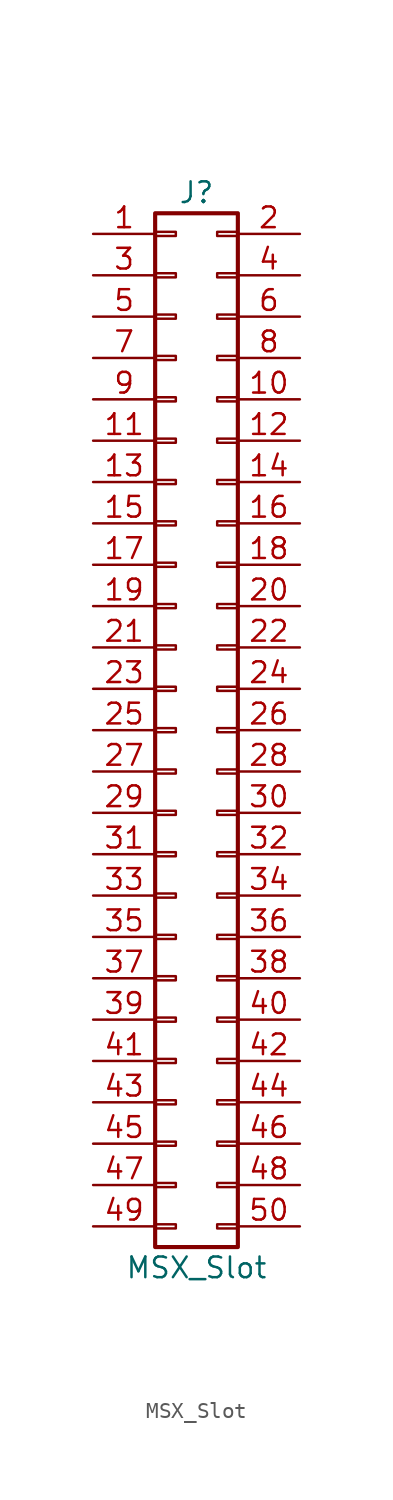
<source format=kicad_sym>
(kicad_symbol_lib
  (version 20211014)
  (generator kicad_symbol_editor)
  (symbol "MSX_Slot"
    (pin_names
      (offset 1.016) hide)
    (property "Reference" "J"
      (at 1.27 33.02 0)
      (effects (font (size 1.27 1.27))))
    (property "Value" "MSX_Slot"
      (at 1.27 -33.02 0)
      (effects (font (size 1.27 1.27))))
    (symbol "MSX_Slot_1_1"
      (rectangle (start -1.27 -30.353) (end 0 -30.607) (stroke (width 0.152) (type default) (color 0 0 0 0)) (fill (type none)))
      (rectangle (start -1.27 -27.813) (end 0 -28.067) (stroke (width 0.152) (type default) (color 0 0 0 0)) (fill (type none)))
      (rectangle (start -1.27 -25.273) (end 0 -25.527) (stroke (width 0.152) (type default) (color 0 0 0 0)) (fill (type none)))
      (rectangle (start -1.27 -22.733) (end 0 -22.987) (stroke (width 0.152) (type default) (color 0 0 0 0)) (fill (type none)))
      (rectangle (start -1.27 -20.193) (end 0 -20.447) (stroke (width 0.152) (type default) (color 0 0 0 0)) (fill (type none)))
      (rectangle (start -1.27 -17.653) (end 0 -17.907) (stroke (width 0.152) (type default) (color 0 0 0 0)) (fill (type none)))
      (rectangle (start -1.27 -15.113) (end 0 -15.367) (stroke (width 0.152) (type default) (color 0 0 0 0)) (fill (type none)))
      (rectangle (start -1.27 -12.573) (end 0 -12.827) (stroke (width 0.152) (type default) (color 0 0 0 0)) (fill (type none)))
      (rectangle (start -1.27 -10.033) (end 0 -10.287) (stroke (width 0.152) (type default) (color 0 0 0 0)) (fill (type none)))
      (rectangle (start -1.27 -7.493) (end 0 -7.747) (stroke (width 0.152) (type default) (color 0 0 0 0)) (fill (type none)))
      (rectangle (start -1.27 -4.953) (end 0 -5.207) (stroke (width 0.152) (type default) (color 0 0 0 0)) (fill (type none)))
      (rectangle (start -1.27 -2.413) (end 0 -2.667) (stroke (width 0.152) (type default) (color 0 0 0 0)) (fill (type none)))
      (rectangle (start -1.27 0.127) (end 0 -0.127) (stroke (width 0.152) (type default) (color 0 0 0 0)) (fill (type none)))
      (rectangle (start -1.27 2.667) (end 0 2.413) (stroke (width 0.152) (type default) (color 0 0 0 0)) (fill (type none)))
      (rectangle (start -1.27 5.207) (end 0 4.953) (stroke (width 0.152) (type default) (color 0 0 0 0)) (fill (type none)))
      (rectangle (start -1.27 7.747) (end 0 7.493) (stroke (width 0.152) (type default) (color 0 0 0 0)) (fill (type none)))
      (rectangle (start -1.27 10.287) (end 0 10.033) (stroke (width 0.152) (type default) (color 0 0 0 0)) (fill (type none)))
      (rectangle (start -1.27 12.827) (end 0 12.573) (stroke (width 0.152) (type default) (color 0 0 0 0)) (fill (type none)))
      (rectangle (start -1.27 15.367) (end 0 15.113) (stroke (width 0.152) (type default) (color 0 0 0 0)) (fill (type none)))
      (rectangle (start -1.27 17.907) (end 0 17.653) (stroke (width 0.152) (type default) (color 0 0 0 0)) (fill (type none)))
      (rectangle (start -1.27 20.447) (end 0 20.193) (stroke (width 0.152) (type default) (color 0 0 0 0)) (fill (type none)))
      (rectangle (start -1.27 22.987) (end 0 22.733) (stroke (width 0.152) (type default) (color 0 0 0 0)) (fill (type none)))
      (rectangle (start -1.27 25.527) (end 0 25.273) (stroke (width 0.152) (type default) (color 0 0 0 0)) (fill (type none)))
      (rectangle (start -1.27 28.067) (end 0 27.813) (stroke (width 0.152) (type default) (color 0 0 0 0)) (fill (type none)))
      (rectangle (start -1.27 30.607) (end 0 30.353) (stroke (width 0.152) (type default) (color 0 0 0 0)) (fill (type none)))
      (rectangle (start -1.27 31.75) (end 3.81 -31.75) (stroke (width 0.254) (type default) (color 0 0 0 0)) (fill (type none)))
      (rectangle (start 3.81 -30.353) (end 2.54 -30.607) (stroke (width 0.152) (type default) (color 0 0 0 0)) (fill (type none)))
      (rectangle (start 3.81 -27.813) (end 2.54 -28.067) (stroke (width 0.152) (type default) (color 0 0 0 0)) (fill (type none)))
      (rectangle (start 3.81 -25.273) (end 2.54 -25.527) (stroke (width 0.152) (type default) (color 0 0 0 0)) (fill (type none)))
      (rectangle (start 3.81 -22.733) (end 2.54 -22.987) (stroke (width 0.152) (type default) (color 0 0 0 0)) (fill (type none)))
      (rectangle (start 3.81 -20.193) (end 2.54 -20.447) (stroke (width 0.152) (type default) (color 0 0 0 0)) (fill (type none)))
      (rectangle (start 3.81 -17.653) (end 2.54 -17.907) (stroke (width 0.152) (type default) (color 0 0 0 0)) (fill (type none)))
      (rectangle (start 3.81 -15.113) (end 2.54 -15.367) (stroke (width 0.152) (type default) (color 0 0 0 0)) (fill (type none)))
      (rectangle (start 3.81 -12.573) (end 2.54 -12.827) (stroke (width 0.152) (type default) (color 0 0 0 0)) (fill (type none)))
      (rectangle (start 3.81 -10.033) (end 2.54 -10.287) (stroke (width 0.152) (type default) (color 0 0 0 0)) (fill (type none)))
      (rectangle (start 3.81 -7.493) (end 2.54 -7.747) (stroke (width 0.152) (type default) (color 0 0 0 0)) (fill (type none)))
      (rectangle (start 3.81 -4.953) (end 2.54 -5.207) (stroke (width 0.152) (type default) (color 0 0 0 0)) (fill (type none)))
      (rectangle (start 3.81 -2.413) (end 2.54 -2.667) (stroke (width 0.152) (type default) (color 0 0 0 0)) (fill (type none)))
      (rectangle (start 3.81 0.127) (end 2.54 -0.127) (stroke (width 0.152) (type default) (color 0 0 0 0)) (fill (type none)))
      (rectangle (start 3.81 2.667) (end 2.54 2.413) (stroke (width 0.152) (type default) (color 0 0 0 0)) (fill (type none)))
      (rectangle (start 3.81 5.207) (end 2.54 4.953) (stroke (width 0.152) (type default) (color 0 0 0 0)) (fill (type none)))
      (rectangle (start 3.81 7.747) (end 2.54 7.493) (stroke (width 0.152) (type default) (color 0 0 0 0)) (fill (type none)))
      (rectangle (start 3.81 10.287) (end 2.54 10.033) (stroke (width 0.152) (type default) (color 0 0 0 0)) (fill (type none)))
      (rectangle (start 3.81 12.827) (end 2.54 12.573) (stroke (width 0.152) (type default) (color 0 0 0 0)) (fill (type none)))
      (rectangle (start 3.81 15.367) (end 2.54 15.113) (stroke (width 0.152) (type default) (color 0 0 0 0)) (fill (type none)))
      (rectangle (start 3.81 17.907) (end 2.54 17.653) (stroke (width 0.152) (type default) (color 0 0 0 0)) (fill (type none)))
      (rectangle (start 3.81 20.447) (end 2.54 20.193) (stroke (width 0.152) (type default) (color 0 0 0 0)) (fill (type none)))
      (rectangle (start 3.81 22.987) (end 2.54 22.733) (stroke (width 0.152) (type default) (color 0 0 0 0)) (fill (type none)))
      (rectangle (start 3.81 25.527) (end 2.54 25.273) (stroke (width 0.152) (type default) (color 0 0 0 0)) (fill (type none)))
      (rectangle (start 3.81 28.067) (end 2.54 27.813) (stroke (width 0.152) (type default) (color 0 0 0 0)) (fill (type none)))
      (rectangle (start 3.81 30.607) (end 2.54 30.353) (stroke (width 0.152) (type default) (color 0 0 0 0)) (fill (type none)))
      (pin passive line (at -5.08 30.48 0) (length 3.81) (name "Pin_1" (effects (font (size 1.27 1.27)))) (number "1" (effects (font (size 1.27 1.27)))))
      (pin passive line (at 7.62 20.32 180) (length 3.81) (name "Pin_10" (effects (font (size 1.27 1.27)))) (number "10" (effects (font (size 1.27 1.27)))))
      (pin passive line (at -5.08 17.78 0) (length 3.81) (name "Pin_11" (effects (font (size 1.27 1.27)))) (number "11" (effects (font (size 1.27 1.27)))))
      (pin passive line (at 7.62 17.78 180) (length 3.81) (name "Pin_12" (effects (font (size 1.27 1.27)))) (number "12" (effects (font (size 1.27 1.27)))))
      (pin passive line (at -5.08 15.24 0) (length 3.81) (name "Pin_13" (effects (font (size 1.27 1.27)))) (number "13" (effects (font (size 1.27 1.27)))))
      (pin passive line (at 7.62 15.24 180) (length 3.81) (name "Pin_14" (effects (font (size 1.27 1.27)))) (number "14" (effects (font (size 1.27 1.27)))))
      (pin passive line (at -5.08 12.7 0) (length 3.81) (name "Pin_15" (effects (font (size 1.27 1.27)))) (number "15" (effects (font (size 1.27 1.27)))))
      (pin passive line (at 7.62 12.7 180) (length 3.81) (name "Pin_16" (effects (font (size 1.27 1.27)))) (number "16" (effects (font (size 1.27 1.27)))))
      (pin passive line (at -5.08 10.16 0) (length 3.81) (name "Pin_17" (effects (font (size 1.27 1.27)))) (number "17" (effects (font (size 1.27 1.27)))))
      (pin passive line (at 7.62 10.16 180) (length 3.81) (name "Pin_18" (effects (font (size 1.27 1.27)))) (number "18" (effects (font (size 1.27 1.27)))))
      (pin passive line (at -5.08 7.62 0) (length 3.81) (name "Pin_19" (effects (font (size 1.27 1.27)))) (number "19" (effects (font (size 1.27 1.27)))))
      (pin passive line (at 7.62 30.48 180) (length 3.81) (name "Pin_2" (effects (font (size 1.27 1.27)))) (number "2" (effects (font (size 1.27 1.27)))))
      (pin passive line (at 7.62 7.62 180) (length 3.81) (name "Pin_20" (effects (font (size 1.27 1.27)))) (number "20" (effects (font (size 1.27 1.27)))))
      (pin passive line (at -5.08 5.08 0) (length 3.81) (name "Pin_21" (effects (font (size 1.27 1.27)))) (number "21" (effects (font (size 1.27 1.27)))))
      (pin passive line (at 7.62 5.08 180) (length 3.81) (name "Pin_22" (effects (font (size 1.27 1.27)))) (number "22" (effects (font (size 1.27 1.27)))))
      (pin passive line (at -5.08 2.54 0) (length 3.81) (name "Pin_23" (effects (font (size 1.27 1.27)))) (number "23" (effects (font (size 1.27 1.27)))))
      (pin passive line (at 7.62 2.54 180) (length 3.81) (name "Pin_24" (effects (font (size 1.27 1.27)))) (number "24" (effects (font (size 1.27 1.27)))))
      (pin passive line (at -5.08 0 0) (length 3.81) (name "Pin_25" (effects (font (size 1.27 1.27)))) (number "25" (effects (font (size 1.27 1.27)))))
      (pin passive line (at 7.62 0 180) (length 3.81) (name "Pin_26" (effects (font (size 1.27 1.27)))) (number "26" (effects (font (size 1.27 1.27)))))
      (pin passive line (at -5.08 -2.54 0) (length 3.81) (name "Pin_27" (effects (font (size 1.27 1.27)))) (number "27" (effects (font (size 1.27 1.27)))))
      (pin passive line (at 7.62 -2.54 180) (length 3.81) (name "Pin_28" (effects (font (size 1.27 1.27)))) (number "28" (effects (font (size 1.27 1.27)))))
      (pin passive line (at -5.08 -5.08 0) (length 3.81) (name "Pin_29" (effects (font (size 1.27 1.27)))) (number "29" (effects (font (size 1.27 1.27)))))
      (pin passive line (at -5.08 27.94 0) (length 3.81) (name "Pin_3" (effects (font (size 1.27 1.27)))) (number "3" (effects (font (size 1.27 1.27)))))
      (pin passive line (at 7.62 -5.08 180) (length 3.81) (name "Pin_30" (effects (font (size 1.27 1.27)))) (number "30" (effects (font (size 1.27 1.27)))))
      (pin passive line (at -5.08 -7.62 0) (length 3.81) (name "Pin_31" (effects (font (size 1.27 1.27)))) (number "31" (effects (font (size 1.27 1.27)))))
      (pin passive line (at 7.62 -7.62 180) (length 3.81) (name "Pin_32" (effects (font (size 1.27 1.27)))) (number "32" (effects (font (size 1.27 1.27)))))
      (pin passive line (at -5.08 -10.16 0) (length 3.81) (name "Pin_33" (effects (font (size 1.27 1.27)))) (number "33" (effects (font (size 1.27 1.27)))))
      (pin passive line (at 7.62 -10.16 180) (length 3.81) (name "Pin_34" (effects (font (size 1.27 1.27)))) (number "34" (effects (font (size 1.27 1.27)))))
      (pin passive line (at -5.08 -12.7 0) (length 3.81) (name "Pin_35" (effects (font (size 1.27 1.27)))) (number "35" (effects (font (size 1.27 1.27)))))
      (pin passive line (at 7.62 -12.7 180) (length 3.81) (name "Pin_36" (effects (font (size 1.27 1.27)))) (number "36" (effects (font (size 1.27 1.27)))))
      (pin passive line (at -5.08 -15.24 0) (length 3.81) (name "Pin_37" (effects (font (size 1.27 1.27)))) (number "37" (effects (font (size 1.27 1.27)))))
      (pin passive line (at 7.62 -15.24 180) (length 3.81) (name "Pin_38" (effects (font (size 1.27 1.27)))) (number "38" (effects (font (size 1.27 1.27)))))
      (pin passive line (at -5.08 -17.78 0) (length 3.81) (name "Pin_39" (effects (font (size 1.27 1.27)))) (number "39" (effects (font (size 1.27 1.27)))))
      (pin passive line (at 7.62 27.94 180) (length 3.81) (name "Pin_4" (effects (font (size 1.27 1.27)))) (number "4" (effects (font (size 1.27 1.27)))))
      (pin passive line (at 7.62 -17.78 180) (length 3.81) (name "Pin_40" (effects (font (size 1.27 1.27)))) (number "40" (effects (font (size 1.27 1.27)))))
      (pin passive line (at -5.08 -20.32 0) (length 3.81) (name "Pin_41" (effects (font (size 1.27 1.27)))) (number "41" (effects (font (size 1.27 1.27)))))
      (pin passive line (at 7.62 -20.32 180) (length 3.81) (name "Pin_42" (effects (font (size 1.27 1.27)))) (number "42" (effects (font (size 1.27 1.27)))))
      (pin passive line (at -5.08 -22.86 0) (length 3.81) (name "Pin_43" (effects (font (size 1.27 1.27)))) (number "43" (effects (font (size 1.27 1.27)))))
      (pin passive line (at 7.62 -22.86 180) (length 3.81) (name "Pin_44" (effects (font (size 1.27 1.27)))) (number "44" (effects (font (size 1.27 1.27)))))
      (pin passive line (at -5.08 -25.4 0) (length 3.81) (name "Pin_45" (effects (font (size 1.27 1.27)))) (number "45" (effects (font (size 1.27 1.27)))))
      (pin passive line (at 7.62 -25.4 180) (length 3.81) (name "Pin_46" (effects (font (size 1.27 1.27)))) (number "46" (effects (font (size 1.27 1.27)))))
      (pin passive line (at -5.08 -27.94 0) (length 3.81) (name "Pin_47" (effects (font (size 1.27 1.27)))) (number "47" (effects (font (size 1.27 1.27)))))
      (pin passive line (at 7.62 -27.94 180) (length 3.81) (name "Pin_48" (effects (font (size 1.27 1.27)))) (number "48" (effects (font (size 1.27 1.27)))))
      (pin passive line (at -5.08 -30.48 0) (length 3.81) (name "Pin_49" (effects (font (size 1.27 1.27)))) (number "49" (effects (font (size 1.27 1.27)))))
      (pin passive line (at -5.08 25.4 0) (length 3.81) (name "Pin_5" (effects (font (size 1.27 1.27)))) (number "5" (effects (font (size 1.27 1.27)))))
      (pin passive line (at 7.62 -30.48 180) (length 3.81) (name "Pin_50" (effects (font (size 1.27 1.27)))) (number "50" (effects (font (size 1.27 1.27)))))
      (pin passive line (at 7.62 25.4 180) (length 3.81) (name "Pin_6" (effects (font (size 1.27 1.27)))) (number "6" (effects (font (size 1.27 1.27)))))
      (pin passive line (at -5.08 22.86 0) (length 3.81) (name "Pin_7" (effects (font (size 1.27 1.27)))) (number "7" (effects (font (size 1.27 1.27)))))
      (pin passive line (at 7.62 22.86 180) (length 3.81) (name "Pin_8" (effects (font (size 1.27 1.27)))) (number "8" (effects (font (size 1.27 1.27)))))
      (pin passive line (at -5.08 20.32 0) (length 3.81) (name "Pin_9" (effects (font (size 1.27 1.27)))) (number "9" (effects (font (size 1.27 1.27))))))))
</source>
